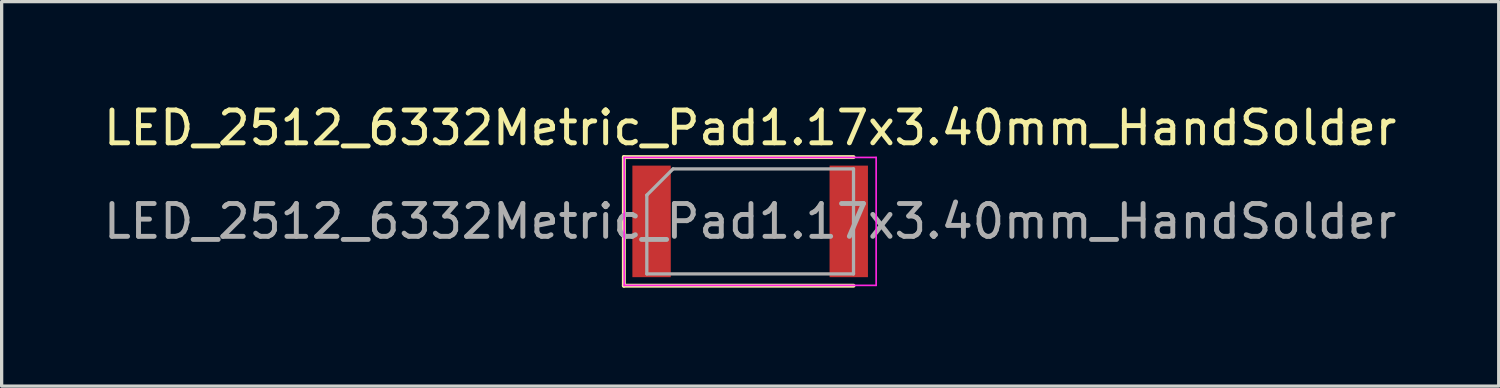
<source format=kicad_pcb>
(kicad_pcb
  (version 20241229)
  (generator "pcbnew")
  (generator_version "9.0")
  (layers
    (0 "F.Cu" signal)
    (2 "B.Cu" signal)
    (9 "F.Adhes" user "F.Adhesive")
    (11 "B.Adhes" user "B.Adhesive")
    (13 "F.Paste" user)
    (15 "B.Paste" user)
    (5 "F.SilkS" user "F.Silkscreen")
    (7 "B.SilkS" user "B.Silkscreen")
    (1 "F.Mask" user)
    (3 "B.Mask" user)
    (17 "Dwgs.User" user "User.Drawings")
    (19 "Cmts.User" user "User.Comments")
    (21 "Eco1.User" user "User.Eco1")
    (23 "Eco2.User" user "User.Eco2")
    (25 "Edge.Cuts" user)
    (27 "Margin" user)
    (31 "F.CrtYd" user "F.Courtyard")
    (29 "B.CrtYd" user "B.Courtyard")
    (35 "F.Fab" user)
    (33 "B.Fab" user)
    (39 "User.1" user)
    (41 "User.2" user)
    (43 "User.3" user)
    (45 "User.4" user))
  (footprint "LED_2512_6332Metric_Pad1.17x3.40mm_HandSolder"
    (layer "F.Cu")
    (at 19.815 3.698)
    (property "Reference" "LED_2512_6332Metric_Pad1.17x3.40mm_HandSolder" (at 0 -2.85 0) (layer "F.SilkS") (effects (font (size 1 1) (thickness 0.15))))
    (attr smd)
    (fp_line (start -3.85 -1.96) (end -3.85 1.96) (stroke (width 0.12) (type solid)) (layer "F.SilkS"))
    (fp_line (start -3.85 1.96) (end 3.15 1.96) (stroke (width 0.12) (type solid)) (layer "F.SilkS"))
    (fp_line (start 3.15 -1.96) (end -3.85 -1.96) (stroke (width 0.12) (type solid)) (layer "F.SilkS"))
    (fp_line (start -3.84 -1.95) (end 3.84 -1.95) (stroke (width 0.05) (type solid)) (layer "F.CrtYd"))
    (fp_line (start -3.84 1.95) (end -3.84 -1.95) (stroke (width 0.05) (type solid)) (layer "F.CrtYd"))
    (fp_line (start 3.84 -1.95) (end 3.84 1.95) (stroke (width 0.05) (type solid)) (layer "F.CrtYd"))
    (fp_line (start 3.84 1.95) (end -3.84 1.95) (stroke (width 0.05) (type solid)) (layer "F.CrtYd"))
    (fp_line (start -3.15 -0.8) (end -3.15 1.6) (stroke (width 0.1) (type solid)) (layer "F.Fab"))
    (fp_line (start -3.15 1.6) (end 3.15 1.6) (stroke (width 0.1) (type solid)) (layer "F.Fab"))
    (fp_line (start -2.35 -1.6) (end -3.15 -0.8) (stroke (width 0.1) (type solid)) (layer "F.Fab"))
    (fp_line (start 3.15 -1.6) (end -2.35 -1.6) (stroke (width 0.1) (type solid)) (layer "F.Fab"))
    (fp_line (start 3.15 1.6) (end 3.15 -1.6) (stroke (width 0.1) (type solid)) (layer "F.Fab"))
    (fp_text user "${REFERENCE}" (at 0 0 0) (layer "F.Fab") (effects (font (size 1 1) (thickness 0.15))))
    (pad "1" smd rect (at -3.005 0) (size 1.17 3.4) (layers "F.Cu" "F.Mask" "F.Paste"))
    (pad "2" smd rect (at 3.005 0) (size 1.17 3.4) (layers "F.Cu" "F.Mask" "F.Paste")))
  (gr_rect
    (start -3 -3)
    (end 42.631 8.718)
    (stroke (width 0.1) (type default))
    (fill no)
    (layer "Edge.Cuts")))
</source>
